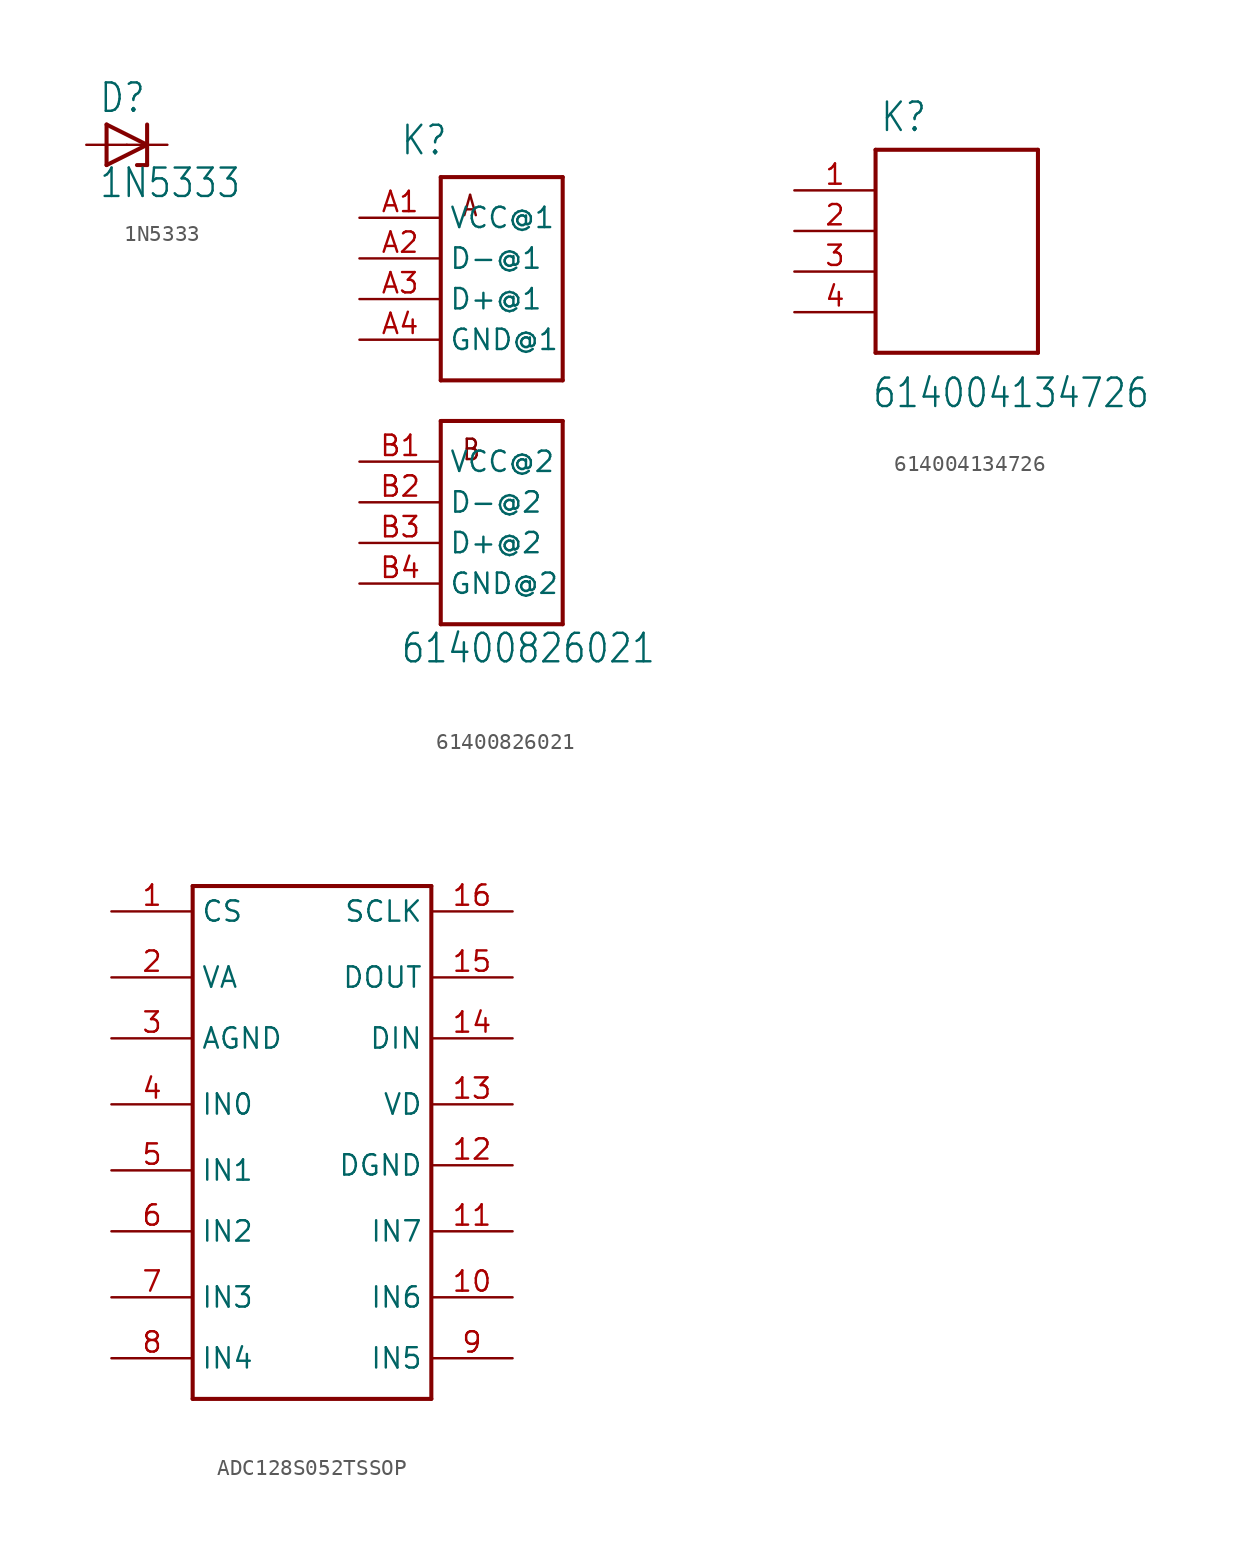
<source format=kicad_sym>
(kicad_symbol_lib
  (version 20220331)
  (generator kicad_symbol_editor)
  (symbol "1N5333"
    (property "Reference" "D"
      (at -1.778 1.905 0)
      (effects (font (size 1.778 1.511)) (justify left bottom)))
    (property "Value" "1N5333"
      (at -1.778 -3.429 0)
      (effects (font (size 1.778 1.511)) (justify left bottom)))
    (property "ki_locked" ""
      (at 0 0 0)
      (effects (font (size 1.27 1.27))))
    (symbol "1N5333_1_0"
      (polyline (pts (xy -1.27 -1.27) (xy 1.27 0)) (stroke (width 0.254) (type solid)) (fill (type none)))
      (polyline (pts (xy -1.27 1.27) (xy -1.27 -1.27)) (stroke (width 0.254) (type solid)) (fill (type none)))
      (polyline (pts (xy 1.27 -1.27) (xy 0.635 -1.27)) (stroke (width 0.254) (type solid)) (fill (type none)))
      (polyline (pts (xy 1.27 0) (xy -1.27 1.27)) (stroke (width 0.254) (type solid)) (fill (type none)))
      (polyline (pts (xy 1.27 0) (xy 1.27 -1.27)) (stroke (width 0.254) (type solid)) (fill (type none)))
      (polyline (pts (xy 1.27 1.27) (xy 1.27 0)) (stroke (width 0.254) (type solid)) (fill (type none)))
      (pin passive line (at -2.54 0 0) (length 2.54) (name "A" (effects (font (size 0 0)))) (number "A" (effects (font (size 0 0)))))
      (pin passive line (at 2.54 0 180) (length 2.54) (name "C" (effects (font (size 0 0)))) (number "C" (effects (font (size 0 0)))))))
  (symbol "61400826021"
    (property "Reference" "K"
      (at -7.62 16.51 0)
      (effects (font (size 1.778 1.511)) (justify left bottom)))
    (property "Value" "61400826021"
      (at -7.62 -15.24 0)
      (effects (font (size 1.778 1.511)) (justify left bottom)))
    (property "ki_locked" ""
      (at 0 0 0)
      (effects (font (size 1.27 1.27))))
    (symbol "61400826021_1_0"
      (polyline (pts (xy -5.08 -12.7) (xy -5.08 0)) (stroke (width 0.254) (type solid)) (fill (type none)))
      (polyline (pts (xy -5.08 0) (xy 2.54 0)) (stroke (width 0.254) (type solid)) (fill (type none)))
      (polyline (pts (xy -5.08 2.54) (xy -5.08 15.24)) (stroke (width 0.254) (type solid)) (fill (type none)))
      (polyline (pts (xy -5.08 15.24) (xy 2.54 15.24)) (stroke (width 0.254) (type solid)) (fill (type none)))
      (polyline (pts (xy 2.54 -12.7) (xy -5.08 -12.7)) (stroke (width 0.254) (type solid)) (fill (type none)))
      (polyline (pts (xy 2.54 0) (xy 2.54 -12.7)) (stroke (width 0.254) (type solid)) (fill (type none)))
      (polyline (pts (xy 2.54 2.54) (xy -5.08 2.54)) (stroke (width 0.254) (type solid)) (fill (type none)))
      (polyline (pts (xy 2.54 15.24) (xy 2.54 2.54)) (stroke (width 0.254) (type solid)) (fill (type none)))
      (text "A" (at -3.81 12.7 0) (effects (font (size 1.27 1.079)) (justify left bottom)))
      (text "B" (at -3.81 -2.54 0) (effects (font (size 1.27 1.079)) (justify left bottom)))
      (pin bidirectional line (at -10.16 12.7 0) (length 5.08) (name "VCC@1" (effects (font (size 1.27 1.27)))) (number "A1" (effects (font (size 1.27 1.27)))))
      (pin bidirectional line (at -10.16 10.16 0) (length 5.08) (name "D-@1" (effects (font (size 1.27 1.27)))) (number "A2" (effects (font (size 1.27 1.27)))))
      (pin bidirectional line (at -10.16 7.62 0) (length 5.08) (name "D+@1" (effects (font (size 1.27 1.27)))) (number "A3" (effects (font (size 1.27 1.27)))))
      (pin bidirectional line (at -10.16 5.08 0) (length 5.08) (name "GND@1" (effects (font (size 1.27 1.27)))) (number "A4" (effects (font (size 1.27 1.27)))))
      (pin bidirectional line (at -10.16 -2.54 0) (length 5.08) (name "VCC@2" (effects (font (size 1.27 1.27)))) (number "B1" (effects (font (size 1.27 1.27)))))
      (pin bidirectional line (at -10.16 -5.08 0) (length 5.08) (name "D-@2" (effects (font (size 1.27 1.27)))) (number "B2" (effects (font (size 1.27 1.27)))))
      (pin bidirectional line (at -10.16 -7.62 0) (length 5.08) (name "D+@2" (effects (font (size 1.27 1.27)))) (number "B3" (effects (font (size 1.27 1.27)))))
      (pin bidirectional line (at -10.16 -10.16 0) (length 5.08) (name "GND@2" (effects (font (size 1.27 1.27)))) (number "B4" (effects (font (size 1.27 1.27)))))))
  (symbol "614004134726"
    (property "Reference" "K"
      (at -4.826 6.096 0)
      (effects (font (size 1.778 1.511)) (justify left bottom)))
    (property "Value" "614004134726"
      (at -5.334 -11.176 0)
      (effects (font (size 1.778 1.511)) (justify left bottom)))
    (property "ki_locked" ""
      (at 0 0 0)
      (effects (font (size 1.27 1.27))))
    (symbol "614004134726_1_0"
      (polyline (pts (xy -5.08 -7.62) (xy -5.08 5.08)) (stroke (width 0.254) (type solid)) (fill (type none)))
      (polyline (pts (xy -5.08 5.08) (xy 5.08 5.08)) (stroke (width 0.254) (type solid)) (fill (type none)))
      (polyline (pts (xy 5.08 -7.62) (xy -5.08 -7.62)) (stroke (width 0.254) (type solid)) (fill (type none)))
      (polyline (pts (xy 5.08 5.08) (xy 5.08 -7.62)) (stroke (width 0.254) (type solid)) (fill (type none)))
      (pin passive line (at -10.16 2.54 0) (length 5.08) (name "1" (effects (font (size 0 0)))) (number "1" (effects (font (size 1.27 1.27)))))
      (pin passive line (at -10.16 0 0) (length 5.08) (name "2" (effects (font (size 0 0)))) (number "2" (effects (font (size 1.27 1.27)))))
      (pin passive line (at -10.16 -2.54 0) (length 5.08) (name "3" (effects (font (size 0 0)))) (number "3" (effects (font (size 1.27 1.27)))))
      (pin passive line (at -10.16 -5.08 0) (length 5.08) (name "4" (effects (font (size 0 0)))) (number "4" (effects (font (size 1.27 1.27)))))))
  (symbol "ADC128S052TSSOP"
    (property "Reference" ""
      (at 0 0 0)
      (effects (font (size 1.27 1.27)) hide))
    (property "ki_locked" ""
      (at 0 0 0)
      (effects (font (size 1.27 1.27))))
    (symbol "ADC128S052TSSOP_1_0"
      (polyline (pts (xy -6.985 -24.448) (xy 7.938 -24.448)) (stroke (width 0.254) (type solid)) (fill (type none)))
      (polyline (pts (xy -6.985 7.62) (xy -6.985 -24.448)) (stroke (width 0.254) (type solid)) (fill (type none)))
      (polyline (pts (xy 7.938 -24.448) (xy 7.938 7.62)) (stroke (width 0.254) (type solid)) (fill (type none)))
      (polyline (pts (xy 7.938 7.62) (xy -6.985 7.62)) (stroke (width 0.254) (type solid)) (fill (type none)))
      (pin bidirectional line (at -12.065 6.032 0) (length 5.08) (name "CS" (effects (font (size 1.27 1.27)))) (number "1" (effects (font (size 1.27 1.27)))))
      (pin bidirectional line (at 13.018 -18.098 180) (length 5.08) (name "IN6" (effects (font (size 1.27 1.27)))) (number "10" (effects (font (size 1.27 1.27)))))
      (pin bidirectional line (at 13.018 -13.97 180) (length 5.08) (name "IN7" (effects (font (size 1.27 1.27)))) (number "11" (effects (font (size 1.27 1.27)))))
      (pin bidirectional line (at 13.018 -9.842 180) (length 5.08) (name "DGND" (effects (font (size 1.27 1.27)))) (number "12" (effects (font (size 1.27 1.27)))))
      (pin bidirectional line (at 13.018 -6.032 180) (length 5.08) (name "VD" (effects (font (size 1.27 1.27)))) (number "13" (effects (font (size 1.27 1.27)))))
      (pin bidirectional line (at 13.018 -1.905 180) (length 5.08) (name "DIN" (effects (font (size 1.27 1.27)))) (number "14" (effects (font (size 1.27 1.27)))))
      (pin bidirectional line (at 13.018 1.905 180) (length 5.08) (name "DOUT" (effects (font (size 1.27 1.27)))) (number "15" (effects (font (size 1.27 1.27)))))
      (pin bidirectional line (at 13.018 6.032 180) (length 5.08) (name "SCLK" (effects (font (size 1.27 1.27)))) (number "16" (effects (font (size 1.27 1.27)))))
      (pin bidirectional line (at -12.065 1.905 0) (length 5.08) (name "VA" (effects (font (size 1.27 1.27)))) (number "2" (effects (font (size 1.27 1.27)))))
      (pin bidirectional line (at -12.065 -1.905 0) (length 5.08) (name "AGND" (effects (font (size 1.27 1.27)))) (number "3" (effects (font (size 1.27 1.27)))))
      (pin bidirectional line (at -12.065 -6.032 0) (length 5.08) (name "IN0" (effects (font (size 1.27 1.27)))) (number "4" (effects (font (size 1.27 1.27)))))
      (pin bidirectional line (at -12.065 -10.16 0) (length 5.08) (name "IN1" (effects (font (size 1.27 1.27)))) (number "5" (effects (font (size 1.27 1.27)))))
      (pin bidirectional line (at -12.065 -13.97 0) (length 5.08) (name "IN2" (effects (font (size 1.27 1.27)))) (number "6" (effects (font (size 1.27 1.27)))))
      (pin bidirectional line (at -12.065 -18.098 0) (length 5.08) (name "IN3" (effects (font (size 1.27 1.27)))) (number "7" (effects (font (size 1.27 1.27)))))
      (pin bidirectional line (at -12.065 -21.907 0) (length 5.08) (name "IN4" (effects (font (size 1.27 1.27)))) (number "8" (effects (font (size 1.27 1.27)))))
      (pin bidirectional line (at 13.018 -21.907 180) (length 5.08) (name "IN5" (effects (font (size 1.27 1.27)))) (number "9" (effects (font (size 1.27 1.27))))))))
</source>
